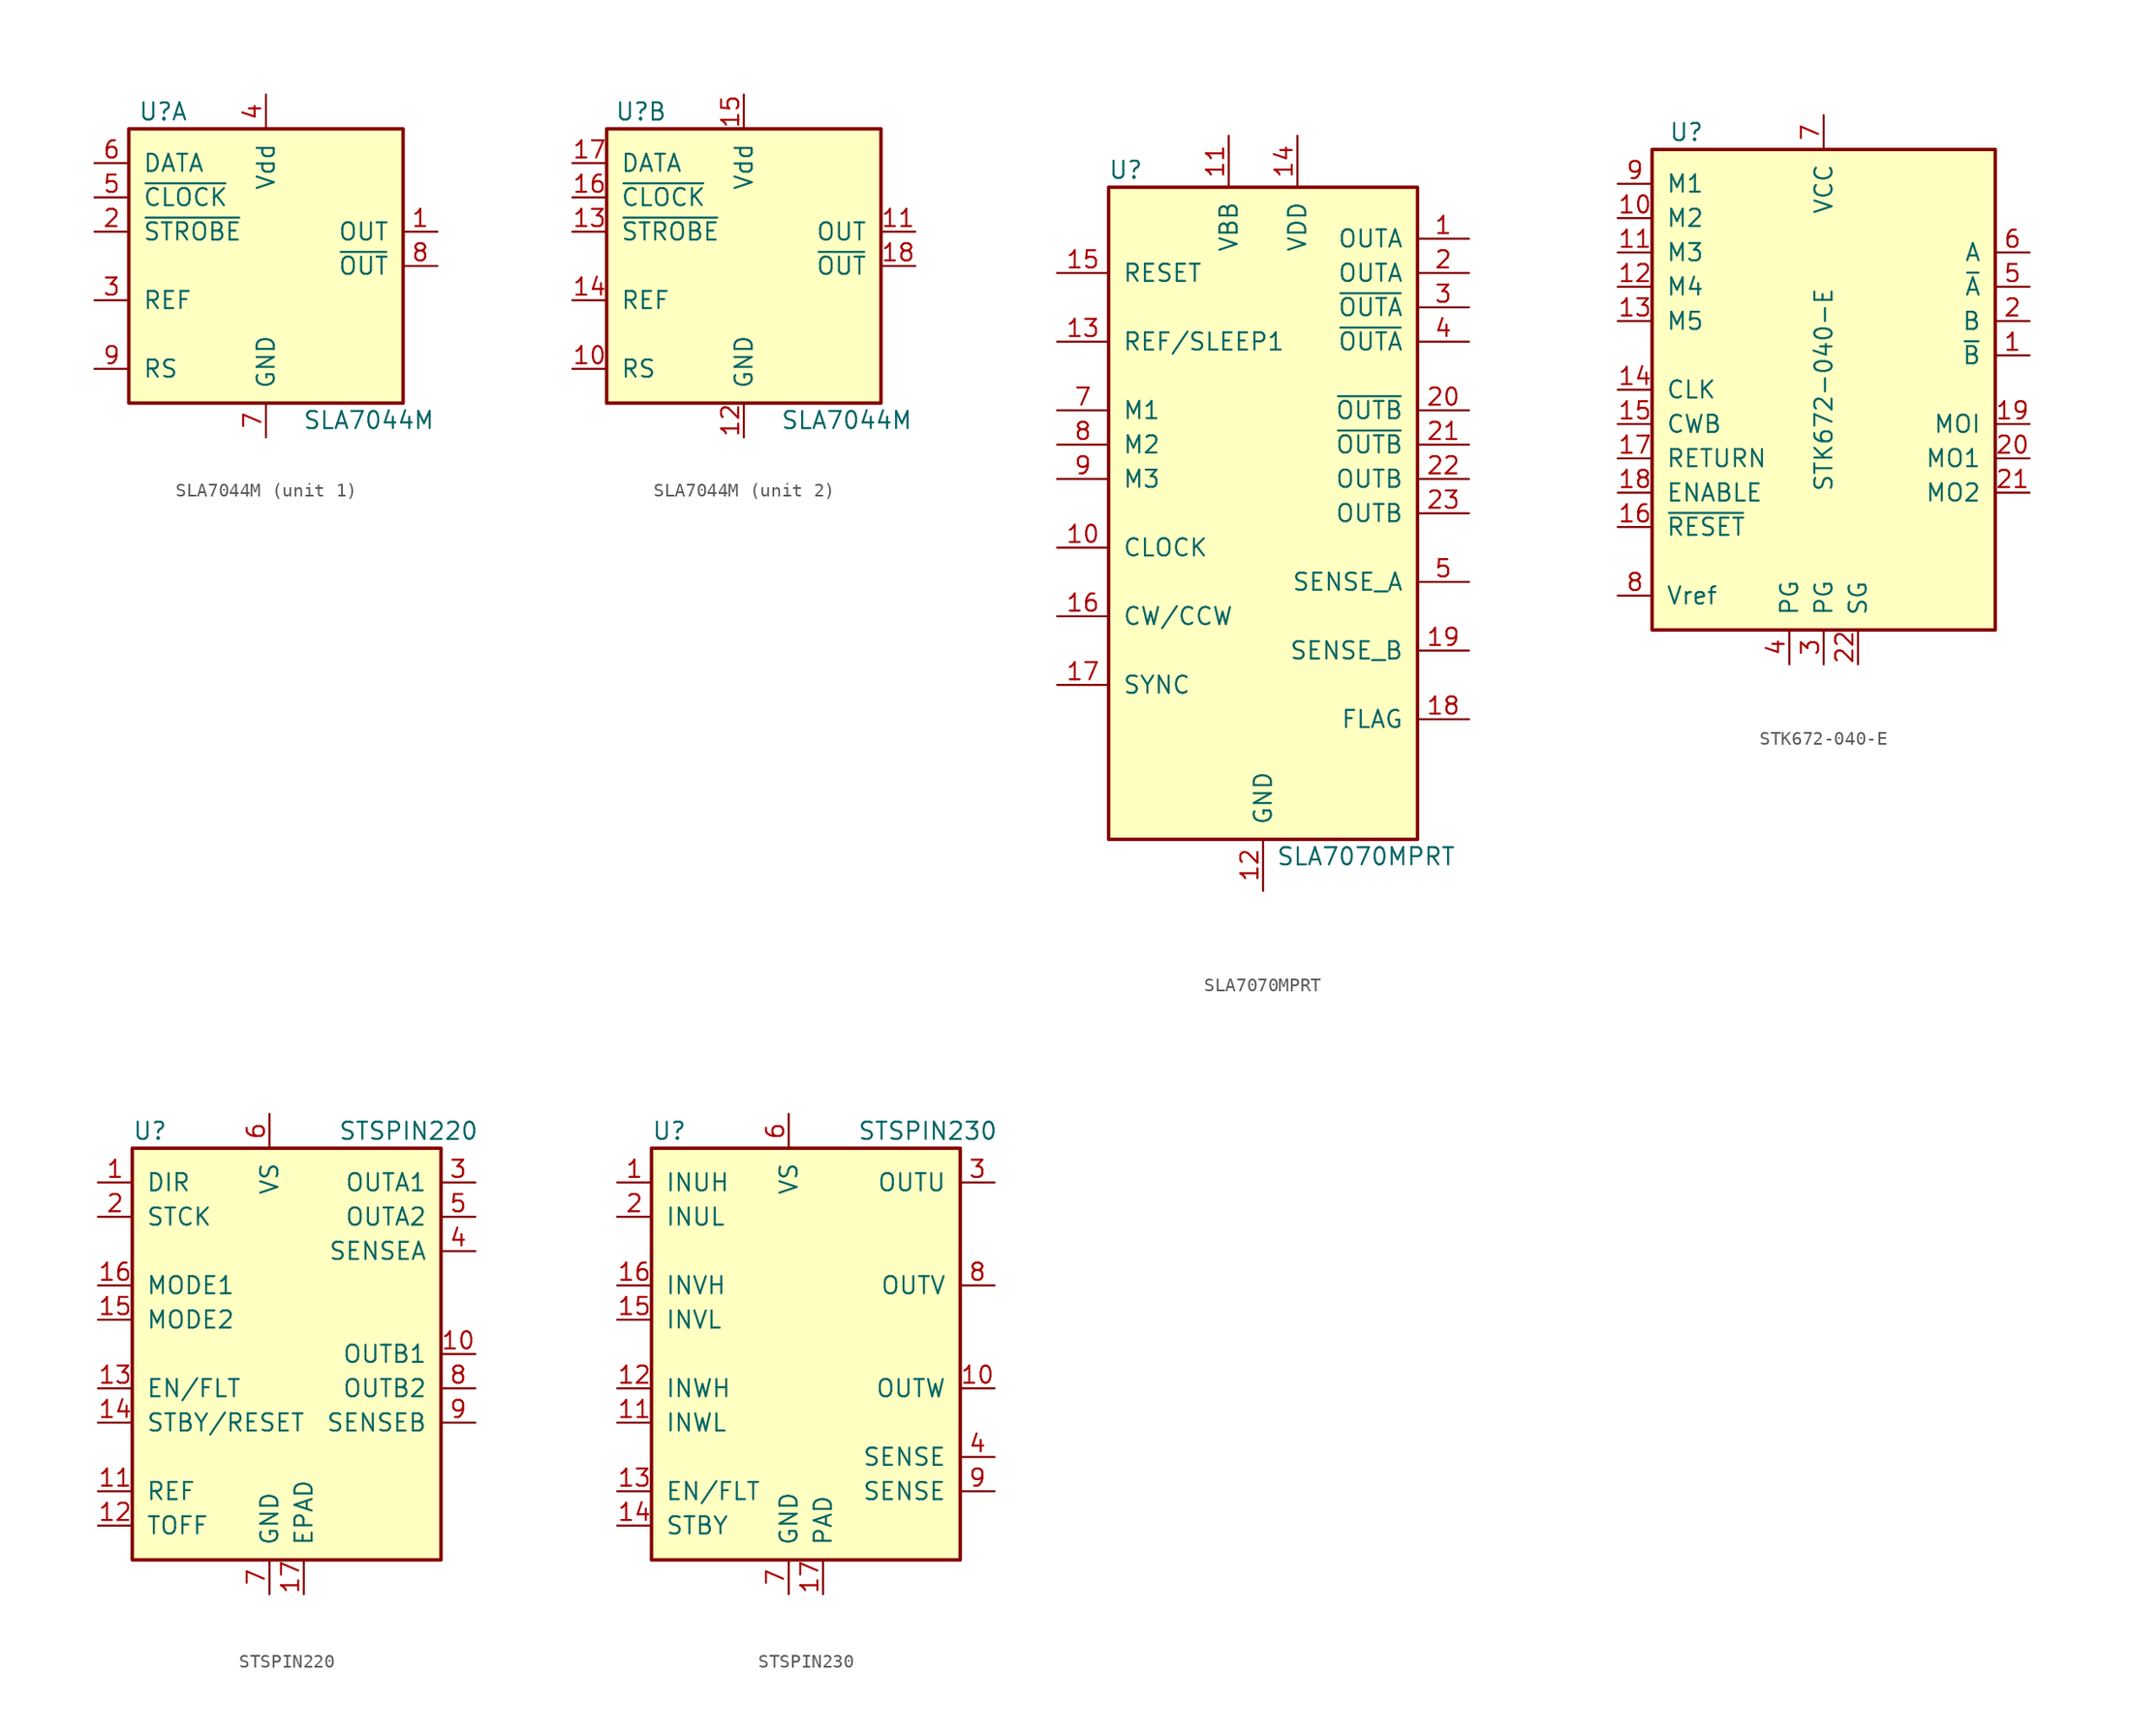
<source format=kicad_sym>
(kicad_symbol_lib
  (version 20211014)
  (generator kicad_symbol_editor)
  (symbol "SLA7044M"
    (pin_names
      (offset 1.016))
    (property "Reference" "U"
      (at -7.62 11.43 0)
      (effects (font (size 1.27 1.27))))
    (property "Value" "SLA7044M"
      (at 7.62 -11.43 0)
      (effects (font (size 1.27 1.27))))
    (symbol "SLA7044M_0_1"
      (rectangle (start -10.16 10.16) (end 10.16 -10.16) (stroke (width 0.254) (type default) (color 0 0 0 0)) (fill (type background))))
    (symbol "SLA7044M_1_1"
      (pin output line (at 12.7 2.54 180) (length 2.54) (name "OUT" (effects (font (size 1.27 1.27)))) (number "1" (effects (font (size 1.27 1.27)))))
      (pin input line (at -12.7 2.54 0) (length 2.54) (name "~{STROBE}" (effects (font (size 1.27 1.27)))) (number "2" (effects (font (size 1.27 1.27)))))
      (pin input line (at -12.7 -2.54 0) (length 2.54) (name "REF" (effects (font (size 1.27 1.27)))) (number "3" (effects (font (size 1.27 1.27)))))
      (pin power_in line (at 0 12.7 270) (length 2.54) (name "Vdd" (effects (font (size 1.27 1.27)))) (number "4" (effects (font (size 1.27 1.27)))))
      (pin input line (at -12.7 5.08 0) (length 2.54) (name "~{CLOCK}" (effects (font (size 1.27 1.27)))) (number "5" (effects (font (size 1.27 1.27)))))
      (pin input line (at -12.7 7.62 0) (length 2.54) (name "DATA" (effects (font (size 1.27 1.27)))) (number "6" (effects (font (size 1.27 1.27)))))
      (pin power_in line (at 0 -12.7 90) (length 2.54) (name "GND" (effects (font (size 1.27 1.27)))) (number "7" (effects (font (size 1.27 1.27)))))
      (pin output line (at 12.7 0 180) (length 2.54) (name "~{OUT}" (effects (font (size 1.27 1.27)))) (number "8" (effects (font (size 1.27 1.27)))))
      (pin input line (at -12.7 -7.62 0) (length 2.54) (name "RS" (effects (font (size 1.27 1.27)))) (number "9" (effects (font (size 1.27 1.27))))))
    (symbol "SLA7044M_2_1"
      (pin input line (at -12.7 -7.62 0) (length 2.54) (name "RS" (effects (font (size 1.27 1.27)))) (number "10" (effects (font (size 1.27 1.27)))))
      (pin output line (at 12.7 2.54 180) (length 2.54) (name "OUT" (effects (font (size 1.27 1.27)))) (number "11" (effects (font (size 1.27 1.27)))))
      (pin power_in line (at 0 -12.7 90) (length 2.54) (name "GND" (effects (font (size 1.27 1.27)))) (number "12" (effects (font (size 1.27 1.27)))))
      (pin input line (at -12.7 2.54 0) (length 2.54) (name "~{STROBE}" (effects (font (size 1.27 1.27)))) (number "13" (effects (font (size 1.27 1.27)))))
      (pin input line (at -12.7 -2.54 0) (length 2.54) (name "REF" (effects (font (size 1.27 1.27)))) (number "14" (effects (font (size 1.27 1.27)))))
      (pin power_in line (at 0 12.7 270) (length 2.54) (name "Vdd" (effects (font (size 1.27 1.27)))) (number "15" (effects (font (size 1.27 1.27)))))
      (pin input line (at -12.7 5.08 0) (length 2.54) (name "~{CLOCK}" (effects (font (size 1.27 1.27)))) (number "16" (effects (font (size 1.27 1.27)))))
      (pin input line (at -12.7 7.62 0) (length 2.54) (name "DATA" (effects (font (size 1.27 1.27)))) (number "17" (effects (font (size 1.27 1.27)))))
      (pin output line (at 12.7 0 180) (length 2.54) (name "~{OUT}" (effects (font (size 1.27 1.27)))) (number "18" (effects (font (size 1.27 1.27)))))))
  (symbol "SLA7070MPRT"
    (pin_names
      (offset 1.016))
    (property "Reference" "U"
      (at -10.16 25.4 0)
      (effects (font (size 1.27 1.27))))
    (property "Value" "SLA7070MPRT"
      (at 7.62 -25.4 0)
      (effects (font (size 1.27 1.27))))
    (symbol "SLA7070MPRT_0_1"
      (rectangle (start -11.43 24.13) (end 11.43 -24.13) (stroke (width 0.254) (type default) (color 0 0 0 0)) (fill (type background))))
    (symbol "SLA7070MPRT_1_1"
      (pin output line (at 15.24 20.32 180) (length 3.81) (name "OUTA" (effects (font (size 1.27 1.27)))) (number "1" (effects (font (size 1.27 1.27)))))
      (pin input line (at -15.24 -2.54 0) (length 3.81) (name "CLOCK" (effects (font (size 1.27 1.27)))) (number "10" (effects (font (size 1.27 1.27)))))
      (pin power_in line (at -2.54 27.94 270) (length 3.81) (name "VBB" (effects (font (size 1.27 1.27)))) (number "11" (effects (font (size 1.27 1.27)))))
      (pin power_in line (at 0 -27.94 90) (length 3.81) (name "GND" (effects (font (size 1.27 1.27)))) (number "12" (effects (font (size 1.27 1.27)))))
      (pin input line (at -15.24 12.7 0) (length 3.81) (name "REF/SLEEP1" (effects (font (size 1.27 1.27)))) (number "13" (effects (font (size 1.27 1.27)))))
      (pin power_in line (at 2.54 27.94 270) (length 3.81) (name "VDD" (effects (font (size 1.27 1.27)))) (number "14" (effects (font (size 1.27 1.27)))))
      (pin input line (at -15.24 17.78 0) (length 3.81) (name "RESET" (effects (font (size 1.27 1.27)))) (number "15" (effects (font (size 1.27 1.27)))))
      (pin input line (at -15.24 -7.62 0) (length 3.81) (name "CW/CCW" (effects (font (size 1.27 1.27)))) (number "16" (effects (font (size 1.27 1.27)))))
      (pin input line (at -15.24 -12.7 0) (length 3.81) (name "SYNC" (effects (font (size 1.27 1.27)))) (number "17" (effects (font (size 1.27 1.27)))))
      (pin output line (at 15.24 -15.24 180) (length 3.81) (name "FLAG" (effects (font (size 1.27 1.27)))) (number "18" (effects (font (size 1.27 1.27)))))
      (pin output line (at 15.24 -10.16 180) (length 3.81) (name "SENSE_B" (effects (font (size 1.27 1.27)))) (number "19" (effects (font (size 1.27 1.27)))))
      (pin output line (at 15.24 17.78 180) (length 3.81) (name "OUTA" (effects (font (size 1.27 1.27)))) (number "2" (effects (font (size 1.27 1.27)))))
      (pin output line (at 15.24 7.62 180) (length 3.81) (name "~{OUTB}" (effects (font (size 1.27 1.27)))) (number "20" (effects (font (size 1.27 1.27)))))
      (pin output line (at 15.24 5.08 180) (length 3.81) (name "~{OUTB}" (effects (font (size 1.27 1.27)))) (number "21" (effects (font (size 1.27 1.27)))))
      (pin output line (at 15.24 2.54 180) (length 3.81) (name "OUTB" (effects (font (size 1.27 1.27)))) (number "22" (effects (font (size 1.27 1.27)))))
      (pin output line (at 15.24 0 180) (length 3.81) (name "OUTB" (effects (font (size 1.27 1.27)))) (number "23" (effects (font (size 1.27 1.27)))))
      (pin output line (at 15.24 15.24 180) (length 3.81) (name "~{OUTA}" (effects (font (size 1.27 1.27)))) (number "3" (effects (font (size 1.27 1.27)))))
      (pin output line (at 15.24 12.7 180) (length 3.81) (name "~{OUTA}" (effects (font (size 1.27 1.27)))) (number "4" (effects (font (size 1.27 1.27)))))
      (pin output line (at 15.24 -5.08 180) (length 3.81) (name "SENSE_A" (effects (font (size 1.27 1.27)))) (number "5" (effects (font (size 1.27 1.27)))))
      (pin no_connect line (at 10.16 -20.32 180) (length 3.81) hide (name "N.C." (effects (font (size 1.27 1.27)))) (number "6" (effects (font (size 1.27 1.27)))))
      (pin input line (at -15.24 7.62 0) (length 3.81) (name "M1" (effects (font (size 1.27 1.27)))) (number "7" (effects (font (size 1.27 1.27)))))
      (pin input line (at -15.24 5.08 0) (length 3.81) (name "M2" (effects (font (size 1.27 1.27)))) (number "8" (effects (font (size 1.27 1.27)))))
      (pin input line (at -15.24 2.54 0) (length 3.81) (name "M3" (effects (font (size 1.27 1.27)))) (number "9" (effects (font (size 1.27 1.27)))))))
  (symbol "STK672-040-E"
    (pin_names
      (offset 1.016))
    (property "Reference" "U"
      (at -10.16 19.05 0)
      (effects (font (size 1.27 1.27))))
    (property "Value" "STK672-040-E"
      (at 0 0 90)
      (effects (font (size 1.27 1.27))))
    (symbol "STK672-040-E_0_1"
      (rectangle (start -12.7 17.78) (end 12.7 -17.78) (stroke (width 0.254) (type default) (color 0 0 0 0)) (fill (type background))))
    (symbol "STK672-040-E_1_1"
      (pin output line (at 15.24 2.54 180) (length 2.54) (name "~{B}" (effects (font (size 1.27 1.27)))) (number "1" (effects (font (size 1.27 1.27)))))
      (pin input line (at -15.24 12.7 0) (length 2.54) (name "M2" (effects (font (size 1.27 1.27)))) (number "10" (effects (font (size 1.27 1.27)))))
      (pin input line (at -15.24 10.16 0) (length 2.54) (name "M3" (effects (font (size 1.27 1.27)))) (number "11" (effects (font (size 1.27 1.27)))))
      (pin input line (at -15.24 7.62 0) (length 2.54) (name "M4" (effects (font (size 1.27 1.27)))) (number "12" (effects (font (size 1.27 1.27)))))
      (pin input line (at -15.24 5.08 0) (length 2.54) (name "M5" (effects (font (size 1.27 1.27)))) (number "13" (effects (font (size 1.27 1.27)))))
      (pin input line (at -15.24 0 0) (length 2.54) (name "CLK" (effects (font (size 1.27 1.27)))) (number "14" (effects (font (size 1.27 1.27)))))
      (pin input line (at -15.24 -2.54 0) (length 2.54) (name "CWB" (effects (font (size 1.27 1.27)))) (number "15" (effects (font (size 1.27 1.27)))))
      (pin input line (at -15.24 -10.16 0) (length 2.54) (name "~{RESET}" (effects (font (size 1.27 1.27)))) (number "16" (effects (font (size 1.27 1.27)))))
      (pin input line (at -15.24 -5.08 0) (length 2.54) (name "RETURN" (effects (font (size 1.27 1.27)))) (number "17" (effects (font (size 1.27 1.27)))))
      (pin input line (at -15.24 -7.62 0) (length 2.54) (name "ENABLE" (effects (font (size 1.27 1.27)))) (number "18" (effects (font (size 1.27 1.27)))))
      (pin output line (at 15.24 -2.54 180) (length 2.54) (name "MOI" (effects (font (size 1.27 1.27)))) (number "19" (effects (font (size 1.27 1.27)))))
      (pin output line (at 15.24 5.08 180) (length 2.54) (name "B" (effects (font (size 1.27 1.27)))) (number "2" (effects (font (size 1.27 1.27)))))
      (pin output line (at 15.24 -5.08 180) (length 2.54) (name "MO1" (effects (font (size 1.27 1.27)))) (number "20" (effects (font (size 1.27 1.27)))))
      (pin output line (at 15.24 -7.62 180) (length 2.54) (name "MO2" (effects (font (size 1.27 1.27)))) (number "21" (effects (font (size 1.27 1.27)))))
      (pin power_in line (at 2.54 -20.32 90) (length 2.54) (name "SG" (effects (font (size 1.27 1.27)))) (number "22" (effects (font (size 1.27 1.27)))))
      (pin power_in line (at 0 -20.32 90) (length 2.54) (name "PG" (effects (font (size 1.27 1.27)))) (number "3" (effects (font (size 1.27 1.27)))))
      (pin power_in line (at -2.54 -20.32 90) (length 2.54) (name "PG" (effects (font (size 1.27 1.27)))) (number "4" (effects (font (size 1.27 1.27)))))
      (pin output line (at 15.24 7.62 180) (length 2.54) (name "~{A}" (effects (font (size 1.27 1.27)))) (number "5" (effects (font (size 1.27 1.27)))))
      (pin output line (at 15.24 10.16 180) (length 2.54) (name "A" (effects (font (size 1.27 1.27)))) (number "6" (effects (font (size 1.27 1.27)))))
      (pin power_in line (at 0 20.32 270) (length 2.54) (name "VCC" (effects (font (size 1.27 1.27)))) (number "7" (effects (font (size 1.27 1.27)))))
      (pin input line (at -15.24 -15.24 0) (length 2.54) (name "Vref" (effects (font (size 1.27 1.27)))) (number "8" (effects (font (size 1.27 1.27)))))
      (pin input line (at -15.24 15.24 0) (length 2.54) (name "M1" (effects (font (size 1.27 1.27)))) (number "9" (effects (font (size 1.27 1.27)))))))
  (symbol "STSPIN220"
    (pin_names
      (offset 1.016))
    (property "Reference" "U"
      (at -10.16 16.51 0)
      (effects (font (size 1.27 1.27)) (justify left)))
    (property "Value" "STSPIN220"
      (at 5.08 16.51 0)
      (effects (font (size 1.27 1.27)) (justify left)))
    (symbol "STSPIN220_0_1"
      (rectangle (start -10.16 15.24) (end 12.7 -15.24) (stroke (width 0.254) (type default) (color 0 0 0 0)) (fill (type background))))
    (symbol "STSPIN220_1_1"
      (pin input line (at -12.7 12.7 0) (length 2.54) (name "DIR" (effects (font (size 1.27 1.27)))) (number "1" (effects (font (size 1.27 1.27)))))
      (pin power_out line (at 15.24 0 180) (length 2.54) (name "OUTB1" (effects (font (size 1.27 1.27)))) (number "10" (effects (font (size 1.27 1.27)))))
      (pin input line (at -12.7 -10.16 0) (length 2.54) (name "REF" (effects (font (size 1.27 1.27)))) (number "11" (effects (font (size 1.27 1.27)))))
      (pin input line (at -12.7 -12.7 0) (length 2.54) (name "TOFF" (effects (font (size 1.27 1.27)))) (number "12" (effects (font (size 1.27 1.27)))))
      (pin bidirectional line (at -12.7 -2.54 0) (length 2.54) (name "EN/FLT" (effects (font (size 1.27 1.27)))) (number "13" (effects (font (size 1.27 1.27)))))
      (pin input line (at -12.7 -5.08 0) (length 2.54) (name "STBY/RESET" (effects (font (size 1.27 1.27)))) (number "14" (effects (font (size 1.27 1.27)))))
      (pin input line (at -12.7 2.54 0) (length 2.54) (name "MODE2" (effects (font (size 1.27 1.27)))) (number "15" (effects (font (size 1.27 1.27)))))
      (pin input line (at -12.7 5.08 0) (length 2.54) (name "MODE1" (effects (font (size 1.27 1.27)))) (number "16" (effects (font (size 1.27 1.27)))))
      (pin power_in line (at 2.54 -17.78 90) (length 2.54) (name "EPAD" (effects (font (size 1.27 1.27)))) (number "17" (effects (font (size 1.27 1.27)))))
      (pin input line (at -12.7 10.16 0) (length 2.54) (name "STCK" (effects (font (size 1.27 1.27)))) (number "2" (effects (font (size 1.27 1.27)))))
      (pin power_out line (at 15.24 12.7 180) (length 2.54) (name "OUTA1" (effects (font (size 1.27 1.27)))) (number "3" (effects (font (size 1.27 1.27)))))
      (pin power_out line (at 15.24 7.62 180) (length 2.54) (name "SENSEA" (effects (font (size 1.27 1.27)))) (number "4" (effects (font (size 1.27 1.27)))))
      (pin power_out line (at 15.24 10.16 180) (length 2.54) (name "OUTA2" (effects (font (size 1.27 1.27)))) (number "5" (effects (font (size 1.27 1.27)))))
      (pin power_in line (at 0 17.78 270) (length 2.54) (name "VS" (effects (font (size 1.27 1.27)))) (number "6" (effects (font (size 1.27 1.27)))))
      (pin power_in line (at 0 -17.78 90) (length 2.54) (name "GND" (effects (font (size 1.27 1.27)))) (number "7" (effects (font (size 1.27 1.27)))))
      (pin power_out line (at 15.24 -2.54 180) (length 2.54) (name "OUTB2" (effects (font (size 1.27 1.27)))) (number "8" (effects (font (size 1.27 1.27)))))
      (pin power_out line (at 15.24 -5.08 180) (length 2.54) (name "SENSEB" (effects (font (size 1.27 1.27)))) (number "9" (effects (font (size 1.27 1.27)))))))
  (symbol "STSPIN230"
    (pin_names
      (offset 1.016))
    (property "Reference" "U"
      (at -10.16 16.51 0)
      (effects (font (size 1.27 1.27)) (justify left)))
    (property "Value" "STSPIN230"
      (at 5.08 16.51 0)
      (effects (font (size 1.27 1.27)) (justify left)))
    (symbol "STSPIN230_0_1"
      (rectangle (start -10.16 15.24) (end 12.7 -15.24) (stroke (width 0.254) (type default) (color 0 0 0 0)) (fill (type background))))
    (symbol "STSPIN230_1_1"
      (pin input line (at -12.7 12.7 0) (length 2.54) (name "INUH" (effects (font (size 1.27 1.27)))) (number "1" (effects (font (size 1.27 1.27)))))
      (pin power_out line (at 15.24 -2.54 180) (length 2.54) (name "OUTW" (effects (font (size 1.27 1.27)))) (number "10" (effects (font (size 1.27 1.27)))))
      (pin input line (at -12.7 -5.08 0) (length 2.54) (name "INWL" (effects (font (size 1.27 1.27)))) (number "11" (effects (font (size 1.27 1.27)))))
      (pin input line (at -12.7 -2.54 0) (length 2.54) (name "INWH" (effects (font (size 1.27 1.27)))) (number "12" (effects (font (size 1.27 1.27)))))
      (pin bidirectional line (at -12.7 -10.16 0) (length 2.54) (name "EN/FLT" (effects (font (size 1.27 1.27)))) (number "13" (effects (font (size 1.27 1.27)))))
      (pin input line (at -12.7 -12.7 0) (length 2.54) (name "STBY" (effects (font (size 1.27 1.27)))) (number "14" (effects (font (size 1.27 1.27)))))
      (pin input line (at -12.7 2.54 0) (length 2.54) (name "INVL" (effects (font (size 1.27 1.27)))) (number "15" (effects (font (size 1.27 1.27)))))
      (pin input line (at -12.7 5.08 0) (length 2.54) (name "INVH" (effects (font (size 1.27 1.27)))) (number "16" (effects (font (size 1.27 1.27)))))
      (pin power_in line (at 2.54 -17.78 90) (length 2.54) (name "PAD" (effects (font (size 1.27 1.27)))) (number "17" (effects (font (size 1.27 1.27)))))
      (pin input line (at -12.7 10.16 0) (length 2.54) (name "INUL" (effects (font (size 1.27 1.27)))) (number "2" (effects (font (size 1.27 1.27)))))
      (pin power_out line (at 15.24 12.7 180) (length 2.54) (name "OUTU" (effects (font (size 1.27 1.27)))) (number "3" (effects (font (size 1.27 1.27)))))
      (pin input line (at 15.24 -7.62 180) (length 2.54) (name "SENSE" (effects (font (size 1.27 1.27)))) (number "4" (effects (font (size 1.27 1.27)))))
      (pin no_connect line (at 5.08 -17.78 90) (length 2.54) hide (name "NC" (effects (font (size 1.27 1.27)))) (number "5" (effects (font (size 1.27 1.27)))))
      (pin power_in line (at 0 17.78 270) (length 2.54) (name "VS" (effects (font (size 1.27 1.27)))) (number "6" (effects (font (size 1.27 1.27)))))
      (pin power_in line (at 0 -17.78 90) (length 2.54) (name "GND" (effects (font (size 1.27 1.27)))) (number "7" (effects (font (size 1.27 1.27)))))
      (pin power_out line (at 15.24 5.08 180) (length 2.54) (name "OUTV" (effects (font (size 1.27 1.27)))) (number "8" (effects (font (size 1.27 1.27)))))
      (pin input line (at 15.24 -10.16 180) (length 2.54) (name "SENSE" (effects (font (size 1.27 1.27)))) (number "9" (effects (font (size 1.27 1.27))))))))
</source>
